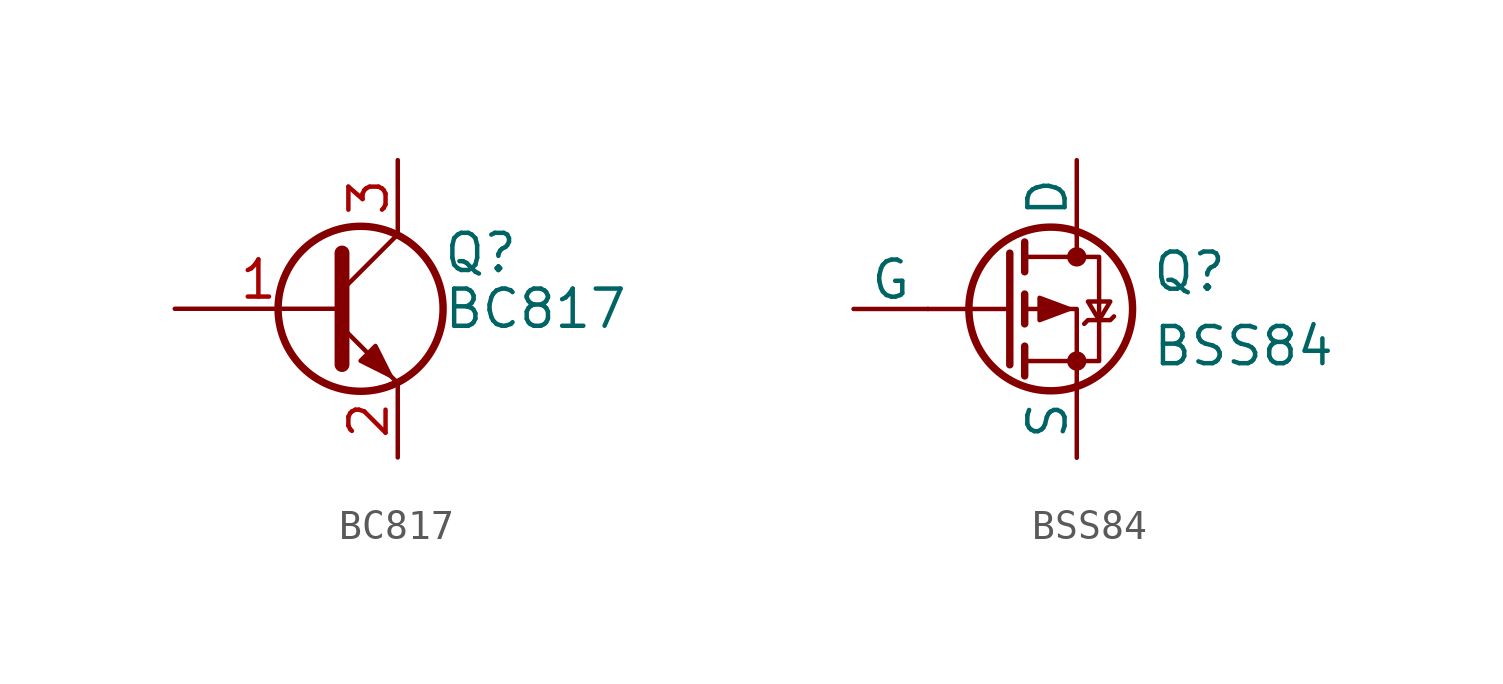
<source format=kicad_sym>
(kicad_symbol_lib
  (version 20231120)
  (generator "kicad_symbol_editor")
  (generator_version "8.0")
  (symbol "BC817"
    (pin_names
      (offset 0) hide)
    (property "Reference" "Q"
      (at 4.064 1.905 0)
      (effects (font (size 1.27 1.27)) (justify left)))
    (property "Value" "BC817"
      (at 4.064 0 0)
      (effects (font (size 1.27 1.27)) (justify left)))
    (symbol "BC817_0_1"
      (polyline (pts (xy 0.635 0.635) (xy 2.54 2.54)) (stroke (width 0) (type default)) (fill (type none)))
      (polyline (pts (xy 0.635 -0.635) (xy 2.54 -2.54) (xy 2.54 -2.54)) (stroke (width 0) (type default)) (fill (type none)))
      (polyline (pts (xy 0.635 1.905) (xy 0.635 -1.905) (xy 0.635 -1.905)) (stroke (width 0.508) (type default)) (fill (type none)))
      (polyline (pts (xy 1.27 -1.778) (xy 1.778 -1.27) (xy 2.286 -2.286) (xy 1.27 -1.778) (xy 1.27 -1.778)) (stroke (width 0) (type default)) (fill (type outline)))
      (circle (center 1.27 0) (radius 2.819) (stroke (width 0.254) (type default)) (fill (type none))))
    (symbol "BC817_1_1"
      (pin input line (at -5.08 0 0) (length 5.715) (name "B" (effects (font (size 1.27 1.27)))) (number "1" (effects (font (size 1.27 1.27)))))
      (pin passive line (at 2.54 -5.08 90) (length 2.54) (name "E" (effects (font (size 1.27 1.27)))) (number "2" (effects (font (size 1.27 1.27)))))
      (pin passive line (at 2.54 5.08 270) (length 2.54) (name "C" (effects (font (size 1.27 1.27)))) (number "3" (effects (font (size 1.27 1.27)))))))
  (symbol "BSS84"
    (pin_numbers hide)
    (pin_names
      (offset 0))
    (property "Reference" "Q"
      (at 5.08 1.27 0)
      (effects (font (size 1.27 1.27)) (justify left)))
    (property "Value" "BSS84"
      (at 5.08 -1.27 0)
      (effects (font (size 1.27 1.27)) (justify left)))
    (symbol "BSS84_0_1"
      (polyline (pts (xy 0.254 0) (xy -2.54 0)) (stroke (width 0) (type default)) (fill (type none)))
      (polyline (pts (xy 0.254 1.905) (xy 0.254 -1.905)) (stroke (width 0.254) (type default)) (fill (type none)))
      (polyline (pts (xy 0.762 -1.27) (xy 0.762 -2.286)) (stroke (width 0.254) (type default)) (fill (type none)))
      (polyline (pts (xy 0.762 0.508) (xy 0.762 -0.508)) (stroke (width 0.254) (type default)) (fill (type none)))
      (polyline (pts (xy 0.762 2.286) (xy 0.762 1.27)) (stroke (width 0.254) (type default)) (fill (type none)))
      (polyline (pts (xy 2.54 2.54) (xy 2.54 1.778)) (stroke (width 0) (type default)) (fill (type none)))
      (polyline (pts (xy 2.54 -2.54) (xy 2.54 0) (xy 0.762 0)) (stroke (width 0) (type default)) (fill (type none)))
      (polyline (pts (xy 0.762 1.778) (xy 3.302 1.778) (xy 3.302 -1.778) (xy 0.762 -1.778)) (stroke (width 0) (type default)) (fill (type none)))
      (polyline (pts (xy 2.286 0) (xy 1.27 0.381) (xy 1.27 -0.381) (xy 2.286 0)) (stroke (width 0) (type default)) (fill (type outline)))
      (polyline (pts (xy 2.794 -0.508) (xy 2.921 -0.381) (xy 3.683 -0.381) (xy 3.81 -0.254)) (stroke (width 0) (type default)) (fill (type none)))
      (polyline (pts (xy 3.302 -0.381) (xy 2.921 0.254) (xy 3.683 0.254) (xy 3.302 -0.381)) (stroke (width 0) (type default)) (fill (type none)))
      (circle (center 1.651 0) (radius 2.794) (stroke (width 0.254) (type default)) (fill (type none)))
      (circle (center 2.54 -1.778) (radius 0.254) (stroke (width 0) (type default)) (fill (type outline)))
      (circle (center 2.54 1.778) (radius 0.254) (stroke (width 0) (type default)) (fill (type outline))))
    (symbol "BSS84_1_1"
      (pin input line (at -5.08 0 0) (length 2.54) (name "G" (effects (font (size 1.27 1.27)))) (number "1" (effects (font (size 1.27 1.27)))))
      (pin passive line (at 2.54 -5.08 90) (length 2.54) (name "S" (effects (font (size 1.27 1.27)))) (number "2" (effects (font (size 1.27 1.27)))))
      (pin passive line (at 2.54 5.08 270) (length 2.54) (name "D" (effects (font (size 1.27 1.27)))) (number "3" (effects (font (size 1.27 1.27))))))))
</source>
